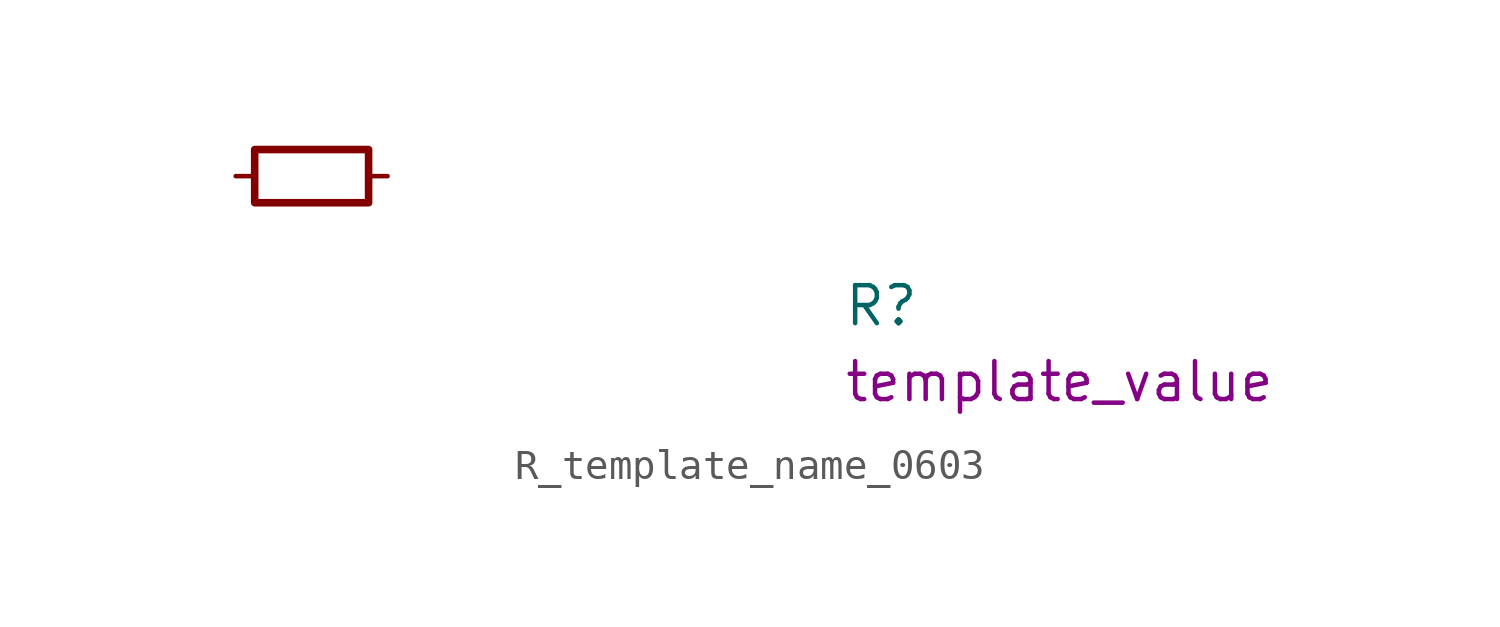
<source format=kicad_sym>
(kicad_symbol_lib
  (version 20220914)
  (generator kicad_symbol_editor)
  (symbol "R_template_name_0603"
    (pin_numbers hide)
    (pin_names hide)
    (property "Reference" "R"
      (at 20.32 -5.08 0)
      (effects (font (size 1.27 1.27) (thickness 0.15)) (justify left bottom)))
    (property "Val" "template_value"
      (at 20.32 -7.62 0)
      (effects (font (size 1.27 1.27) (thickness 0.15)) (justify left bottom)))
    (symbol "R_template_name_0603_0_1"
      (rectangle (start 0.635 0.889) (end 4.445 -0.889) (stroke (width 0.254) (type default)) (fill (type none))))
    (symbol "R_template_name_0603_1_1"
      (pin passive line (at 0 0 0) (length 0.635) (name "~" (effects (font (size 1.27 1.27)))) (number "1" (effects (font (size 1.27 1.27)))))
      (pin passive line (at 5.08 0 180) (length 0.635) (name "~" (effects (font (size 1.27 1.27)))) (number "2" (effects (font (size 1.27 1.27))))))))
</source>
